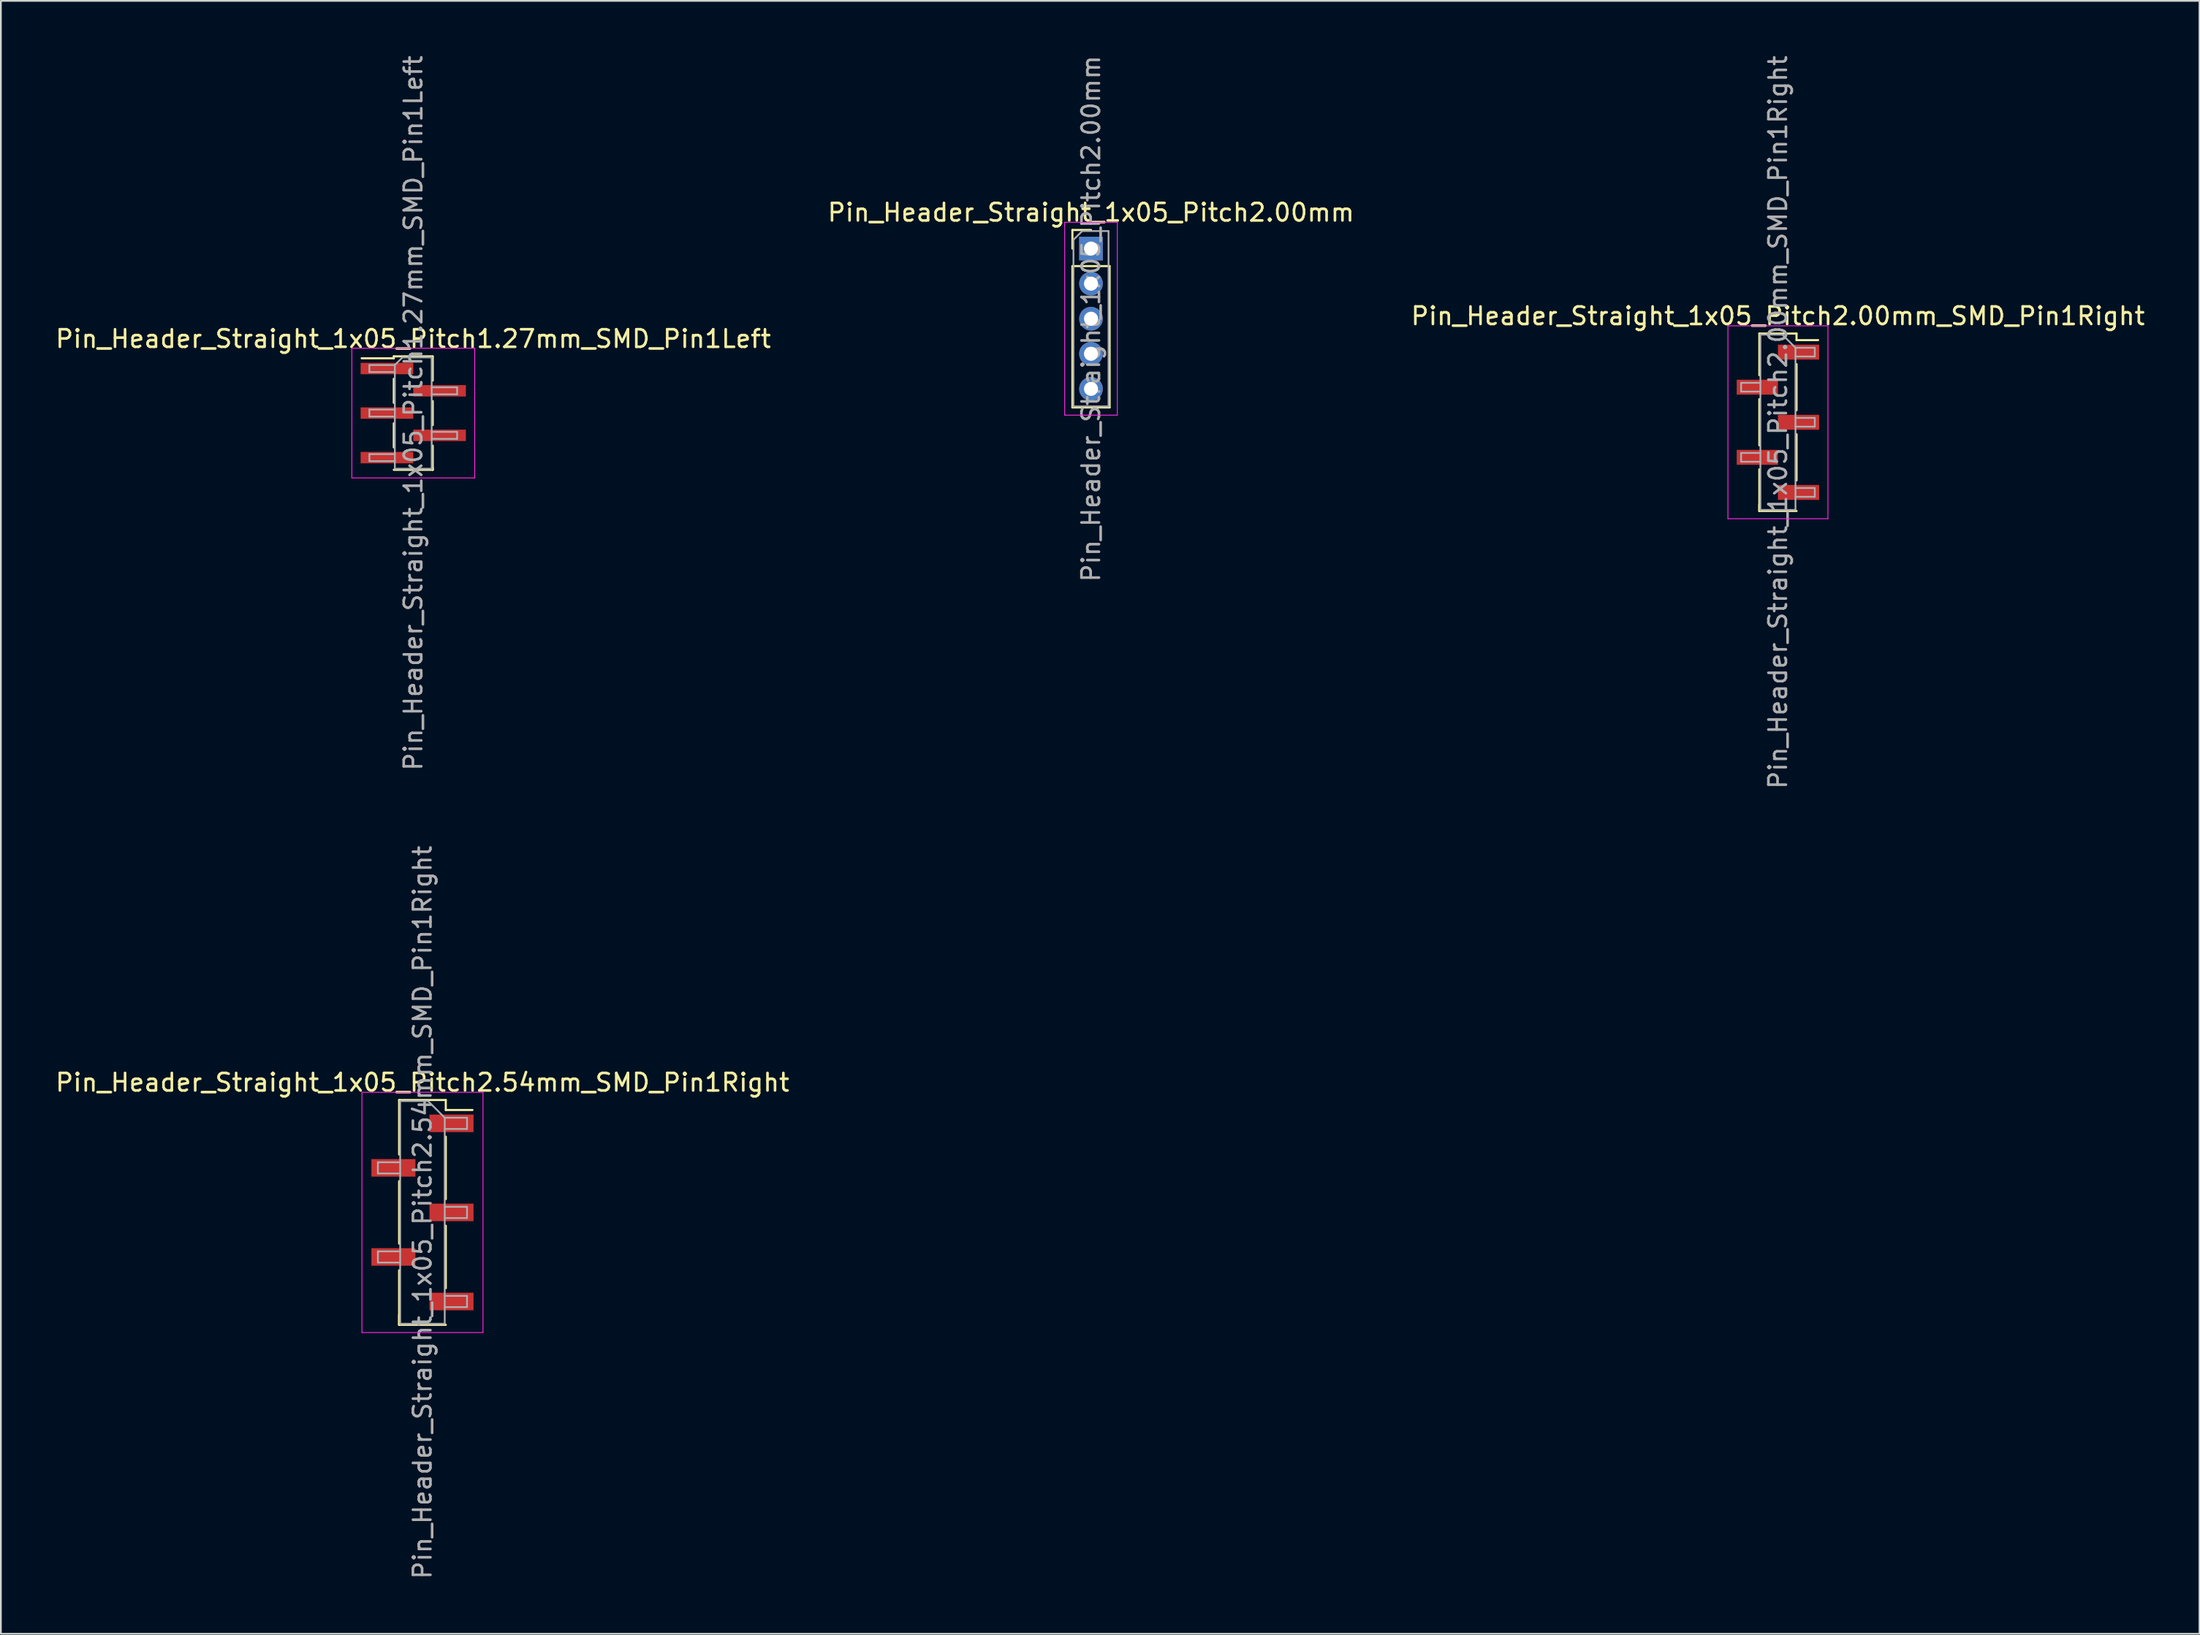
<source format=kicad_pcb>
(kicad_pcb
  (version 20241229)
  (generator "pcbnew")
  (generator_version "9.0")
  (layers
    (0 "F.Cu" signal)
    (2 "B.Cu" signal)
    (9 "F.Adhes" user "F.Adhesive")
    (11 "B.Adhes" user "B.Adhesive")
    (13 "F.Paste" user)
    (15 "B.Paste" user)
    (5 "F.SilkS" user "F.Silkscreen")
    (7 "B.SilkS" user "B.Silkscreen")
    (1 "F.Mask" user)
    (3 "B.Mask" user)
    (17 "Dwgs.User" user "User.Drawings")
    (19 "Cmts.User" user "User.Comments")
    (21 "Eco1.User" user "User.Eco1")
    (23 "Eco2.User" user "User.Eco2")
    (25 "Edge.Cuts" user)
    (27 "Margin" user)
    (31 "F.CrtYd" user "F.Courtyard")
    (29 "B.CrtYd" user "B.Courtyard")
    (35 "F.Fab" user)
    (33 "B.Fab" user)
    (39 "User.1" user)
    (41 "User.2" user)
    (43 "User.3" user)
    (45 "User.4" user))
  (footprint "Pin_Header_Straight_1x05_Pitch2.00mm_SMD_Pin1Right"
    (layer "F.Cu")
    (at 98.292 21.03)
    (property "Reference" "Pin_Header_Straight_1x05_Pitch2.00mm_SMD_Pin1Right" (at 0 -6.06 0) (layer "F.SilkS") (effects (font (size 1 1) (thickness 0.15))))
    (attr smd)
    (fp_line (start -1.06 -5.06) (end -1.06 -2.685) (stroke (width 0.12) (type solid)) (layer "F.SilkS"))
    (fp_line (start -1.06 -5.06) (end 1.06 -5.06) (stroke (width 0.12) (type solid)) (layer "F.SilkS"))
    (fp_line (start -1.06 -1.315) (end -1.06 1.315) (stroke (width 0.12) (type solid)) (layer "F.SilkS"))
    (fp_line (start -1.06 2.685) (end -1.06 5.06) (stroke (width 0.12) (type solid)) (layer "F.SilkS"))
    (fp_line (start -1.06 4.685) (end -1.06 5.06) (stroke (width 0.12) (type solid)) (layer "F.SilkS"))
    (fp_line (start -1.06 5.06) (end 1.06 5.06) (stroke (width 0.12) (type solid)) (layer "F.SilkS"))
    (fp_line (start 1.06 -5.06) (end 1.06 -4.685) (stroke (width 0.12) (type solid)) (layer "F.SilkS"))
    (fp_line (start 1.06 -4.685) (end 2.29 -4.685) (stroke (width 0.12) (type solid)) (layer "F.SilkS"))
    (fp_line (start 1.06 -3.315) (end 1.06 -0.685) (stroke (width 0.12) (type solid)) (layer "F.SilkS"))
    (fp_line (start 1.06 0.685) (end 1.06 3.315) (stroke (width 0.12) (type solid)) (layer "F.SilkS"))
    (fp_line (start -2.85 -5.5) (end -2.85 5.5) (stroke (width 0.05) (type solid)) (layer "F.CrtYd"))
    (fp_line (start -2.85 5.5) (end 2.85 5.5) (stroke (width 0.05) (type solid)) (layer "F.CrtYd"))
    (fp_line (start 2.85 -5.5) (end -2.85 -5.5) (stroke (width 0.05) (type solid)) (layer "F.CrtYd"))
    (fp_line (start 2.85 5.5) (end 2.85 -5.5) (stroke (width 0.05) (type solid)) (layer "F.CrtYd"))
    (fp_line (start -2.1 -2.25) (end -2.1 -1.75) (stroke (width 0.1) (type solid)) (layer "F.Fab"))
    (fp_line (start -2.1 -1.75) (end -1 -1.75) (stroke (width 0.1) (type solid)) (layer "F.Fab"))
    (fp_line (start -2.1 1.75) (end -2.1 2.25) (stroke (width 0.1) (type solid)) (layer "F.Fab"))
    (fp_line (start -2.1 2.25) (end -1 2.25) (stroke (width 0.1) (type solid)) (layer "F.Fab"))
    (fp_line (start -1 -5) (end -1 5) (stroke (width 0.1) (type solid)) (layer "F.Fab"))
    (fp_line (start -1 -5) (end 0.25 -5) (stroke (width 0.1) (type solid)) (layer "F.Fab"))
    (fp_line (start -1 -2.25) (end -2.1 -2.25) (stroke (width 0.1) (type solid)) (layer "F.Fab"))
    (fp_line (start -1 1.75) (end -2.1 1.75) (stroke (width 0.1) (type solid)) (layer "F.Fab"))
    (fp_line (start 1 -4.25) (end 0.25 -5) (stroke (width 0.1) (type solid)) (layer "F.Fab"))
    (fp_line (start 1 -4.25) (end 2.1 -4.25) (stroke (width 0.1) (type solid)) (layer "F.Fab"))
    (fp_line (start 1 -0.25) (end 2.1 -0.25) (stroke (width 0.1) (type solid)) (layer "F.Fab"))
    (fp_line (start 1 3.75) (end 2.1 3.75) (stroke (width 0.1) (type solid)) (layer "F.Fab"))
    (fp_line (start 1 5) (end -1 5) (stroke (width 0.1) (type solid)) (layer "F.Fab"))
    (fp_line (start 1 5) (end 1 -4.25) (stroke (width 0.1) (type solid)) (layer "F.Fab"))
    (fp_line (start 2.1 -4.25) (end 2.1 -3.75) (stroke (width 0.1) (type solid)) (layer "F.Fab"))
    (fp_line (start 2.1 -3.75) (end 1 -3.75) (stroke (width 0.1) (type solid)) (layer "F.Fab"))
    (fp_line (start 2.1 -0.25) (end 2.1 0.25) (stroke (width 0.1) (type solid)) (layer "F.Fab"))
    (fp_line (start 2.1 0.25) (end 1 0.25) (stroke (width 0.1) (type solid)) (layer "F.Fab"))
    (fp_line (start 2.1 3.75) (end 2.1 4.25) (stroke (width 0.1) (type solid)) (layer "F.Fab"))
    (fp_line (start 2.1 4.25) (end 1 4.25) (stroke (width 0.1) (type solid)) (layer "F.Fab"))
    (fp_text user "${REFERENCE}" (at 0 0 90) (layer "F.Fab") (effects (font (size 1 1) (thickness 0.15))))
    (pad "1" smd rect (at 1.175 -4) (size 2.35 0.85) (layers "F.Cu" "F.Mask" "F.Paste"))
    (pad "2" smd rect (at -1.175 -2) (size 2.35 0.85) (layers "F.Cu" "F.Mask" "F.Paste"))
    (pad "3" smd rect (at 1.175 0) (size 2.35 0.85) (layers "F.Cu" "F.Mask" "F.Paste"))
    (pad "4" smd rect (at -1.175 2) (size 2.35 0.85) (layers "F.Cu" "F.Mask" "F.Paste"))
    (pad "5" smd rect (at 1.175 4) (size 2.35 0.85) (layers "F.Cu" "F.Mask" "F.Paste")))
  (footprint "Pin_Header_Straight_1x05_Pitch2.54mm_SMD_Pin1Right"
    (layer "F.Cu")
    (at 21.03 66.089)
    (property "Reference" "Pin_Header_Straight_1x05_Pitch2.54mm_SMD_Pin1Right" (at 0 -7.41 0) (layer "F.SilkS") (effects (font (size 1 1) (thickness 0.15))))
    (attr smd)
    (fp_line (start -1.33 -6.41) (end -1.33 -3.3) (stroke (width 0.12) (type solid)) (layer "F.SilkS"))
    (fp_line (start -1.33 -6.41) (end 1.33 -6.41) (stroke (width 0.12) (type solid)) (layer "F.SilkS"))
    (fp_line (start -1.33 -1.78) (end -1.33 1.78) (stroke (width 0.12) (type solid)) (layer "F.SilkS"))
    (fp_line (start -1.33 3.3) (end -1.33 6.41) (stroke (width 0.12) (type solid)) (layer "F.SilkS"))
    (fp_line (start -1.33 5.84) (end -1.33 6.41) (stroke (width 0.12) (type solid)) (layer "F.SilkS"))
    (fp_line (start -1.33 6.41) (end 1.33 6.41) (stroke (width 0.12) (type solid)) (layer "F.SilkS"))
    (fp_line (start 1.33 -6.41) (end 1.33 -5.84) (stroke (width 0.12) (type solid)) (layer "F.SilkS"))
    (fp_line (start 1.33 -5.84) (end 2.85 -5.84) (stroke (width 0.12) (type solid)) (layer "F.SilkS"))
    (fp_line (start 1.33 -4.32) (end 1.33 -0.76) (stroke (width 0.12) (type solid)) (layer "F.SilkS"))
    (fp_line (start 1.33 0.76) (end 1.33 4.32) (stroke (width 0.12) (type solid)) (layer "F.SilkS"))
    (fp_line (start -3.45 -6.85) (end -3.45 6.85) (stroke (width 0.05) (type solid)) (layer "F.CrtYd"))
    (fp_line (start -3.45 6.85) (end 3.45 6.85) (stroke (width 0.05) (type solid)) (layer "F.CrtYd"))
    (fp_line (start 3.45 -6.85) (end -3.45 -6.85) (stroke (width 0.05) (type solid)) (layer "F.CrtYd"))
    (fp_line (start 3.45 6.85) (end 3.45 -6.85) (stroke (width 0.05) (type solid)) (layer "F.CrtYd"))
    (fp_line (start -2.54 -2.86) (end -2.54 -2.22) (stroke (width 0.1) (type solid)) (layer "F.Fab"))
    (fp_line (start -2.54 -2.22) (end -1.27 -2.22) (stroke (width 0.1) (type solid)) (layer "F.Fab"))
    (fp_line (start -2.54 2.22) (end -2.54 2.86) (stroke (width 0.1) (type solid)) (layer "F.Fab"))
    (fp_line (start -2.54 2.86) (end -1.27 2.86) (stroke (width 0.1) (type solid)) (layer "F.Fab"))
    (fp_line (start -1.27 -6.35) (end -1.27 6.35) (stroke (width 0.1) (type solid)) (layer "F.Fab"))
    (fp_line (start -1.27 -6.35) (end 0.32 -6.35) (stroke (width 0.1) (type solid)) (layer "F.Fab"))
    (fp_line (start -1.27 -2.86) (end -2.54 -2.86) (stroke (width 0.1) (type solid)) (layer "F.Fab"))
    (fp_line (start -1.27 2.22) (end -2.54 2.22) (stroke (width 0.1) (type solid)) (layer "F.Fab"))
    (fp_line (start 1.27 -5.4) (end 0.32 -6.35) (stroke (width 0.1) (type solid)) (layer "F.Fab"))
    (fp_line (start 1.27 -5.4) (end 2.54 -5.4) (stroke (width 0.1) (type solid)) (layer "F.Fab"))
    (fp_line (start 1.27 -0.32) (end 2.54 -0.32) (stroke (width 0.1) (type solid)) (layer "F.Fab"))
    (fp_line (start 1.27 4.76) (end 2.54 4.76) (stroke (width 0.1) (type solid)) (layer "F.Fab"))
    (fp_line (start 1.27 6.35) (end -1.27 6.35) (stroke (width 0.1) (type solid)) (layer "F.Fab"))
    (fp_line (start 1.27 6.35) (end 1.27 -5.4) (stroke (width 0.1) (type solid)) (layer "F.Fab"))
    (fp_line (start 2.54 -5.4) (end 2.54 -4.76) (stroke (width 0.1) (type solid)) (layer "F.Fab"))
    (fp_line (start 2.54 -4.76) (end 1.27 -4.76) (stroke (width 0.1) (type solid)) (layer "F.Fab"))
    (fp_line (start 2.54 -0.32) (end 2.54 0.32) (stroke (width 0.1) (type solid)) (layer "F.Fab"))
    (fp_line (start 2.54 0.32) (end 1.27 0.32) (stroke (width 0.1) (type solid)) (layer "F.Fab"))
    (fp_line (start 2.54 4.76) (end 2.54 5.4) (stroke (width 0.1) (type solid)) (layer "F.Fab"))
    (fp_line (start 2.54 5.4) (end 1.27 5.4) (stroke (width 0.1) (type solid)) (layer "F.Fab"))
    (fp_text user "${REFERENCE}" (at 0 0 90) (layer "F.Fab") (effects (font (size 1 1) (thickness 0.15))))
    (pad "1" smd rect (at 1.655 -5.08) (size 2.51 1) (layers "F.Cu" "F.Mask" "F.Paste"))
    (pad "2" smd rect (at -1.655 -2.54) (size 2.51 1) (layers "F.Cu" "F.Mask" "F.Paste"))
    (pad "3" smd rect (at 1.655 0) (size 2.51 1) (layers "F.Cu" "F.Mask" "F.Paste"))
    (pad "4" smd rect (at -1.655 2.54) (size 2.51 1) (layers "F.Cu" "F.Mask" "F.Paste"))
    (pad "5" smd rect (at 1.655 5.08) (size 2.51 1) (layers "F.Cu" "F.Mask" "F.Paste")))
  (footprint "Pin_Header_Straight_1x05_Pitch1.27mm_SMD_Pin1Left"
    (layer "F.Cu")
    (at 20.506 20.506)
    (property "Reference" "Pin_Header_Straight_1x05_Pitch1.27mm_SMD_Pin1Left" (at 0 -4.235 0) (layer "F.SilkS") (effects (font (size 1 1) (thickness 0.15))))
    (attr smd)
    (fp_line (start -1.11 -3.235) (end -1.11 -3.125) (stroke (width 0.12) (type solid)) (layer "F.SilkS"))
    (fp_line (start -1.11 -3.235) (end 1.11 -3.235) (stroke (width 0.12) (type solid)) (layer "F.SilkS"))
    (fp_line (start -1.11 -3.125) (end -2.94 -3.125) (stroke (width 0.12) (type solid)) (layer "F.SilkS"))
    (fp_line (start -1.11 -1.955) (end -1.11 -0.585) (stroke (width 0.12) (type solid)) (layer "F.SilkS"))
    (fp_line (start -1.11 0.585) (end -1.11 1.955) (stroke (width 0.12) (type solid)) (layer "F.SilkS"))
    (fp_line (start -1.11 3.235) (end 1.11 3.235) (stroke (width 0.12) (type solid)) (layer "F.SilkS"))
    (fp_line (start 1.11 -3.225) (end 1.11 -1.855) (stroke (width 0.12) (type solid)) (layer "F.SilkS"))
    (fp_line (start 1.11 -0.685) (end 1.11 0.685) (stroke (width 0.12) (type solid)) (layer "F.SilkS"))
    (fp_line (start 1.11 1.855) (end 1.11 3.225) (stroke (width 0.12) (type solid)) (layer "F.SilkS"))
    (fp_line (start 1.11 3.125) (end 1.11 3.235) (stroke (width 0.12) (type solid)) (layer "F.SilkS"))
    (fp_line (start -3.5 -3.7) (end -3.5 3.7) (stroke (width 0.05) (type solid)) (layer "F.CrtYd"))
    (fp_line (start -3.5 3.7) (end 3.5 3.7) (stroke (width 0.05) (type solid)) (layer "F.CrtYd"))
    (fp_line (start 3.5 -3.7) (end -3.5 -3.7) (stroke (width 0.05) (type solid)) (layer "F.CrtYd"))
    (fp_line (start 3.5 3.7) (end 3.5 -3.7) (stroke (width 0.05) (type solid)) (layer "F.CrtYd"))
    (fp_line (start -2.5 -2.74) (end -2.5 -2.34) (stroke (width 0.1) (type solid)) (layer "F.Fab"))
    (fp_line (start -2.5 -2.34) (end -1.05 -2.34) (stroke (width 0.1) (type solid)) (layer "F.Fab"))
    (fp_line (start -2.5 -0.2) (end -2.5 0.2) (stroke (width 0.1) (type solid)) (layer "F.Fab"))
    (fp_line (start -2.5 0.2) (end -1.05 0.2) (stroke (width 0.1) (type solid)) (layer "F.Fab"))
    (fp_line (start -2.5 2.34) (end -2.5 2.74) (stroke (width 0.1) (type solid)) (layer "F.Fab"))
    (fp_line (start -2.5 2.74) (end -1.05 2.74) (stroke (width 0.1) (type solid)) (layer "F.Fab"))
    (fp_line (start -1.05 -2.74) (end -2.5 -2.74) (stroke (width 0.1) (type solid)) (layer "F.Fab"))
    (fp_line (start -1.05 -2.74) (end -0.615 -3.175) (stroke (width 0.1) (type solid)) (layer "F.Fab"))
    (fp_line (start -1.05 -0.2) (end -2.5 -0.2) (stroke (width 0.1) (type solid)) (layer "F.Fab"))
    (fp_line (start -1.05 2.34) (end -2.5 2.34) (stroke (width 0.1) (type solid)) (layer "F.Fab"))
    (fp_line (start -1.05 3.175) (end -1.05 -2.74) (stroke (width 0.1) (type solid)) (layer "F.Fab"))
    (fp_line (start -0.615 -3.175) (end 1.05 -3.175) (stroke (width 0.1) (type solid)) (layer "F.Fab"))
    (fp_line (start 1.05 -3.175) (end 1.05 3.175) (stroke (width 0.1) (type solid)) (layer "F.Fab"))
    (fp_line (start 1.05 -1.47) (end 2.5 -1.47) (stroke (width 0.1) (type solid)) (layer "F.Fab"))
    (fp_line (start 1.05 1.07) (end 2.5 1.07) (stroke (width 0.1) (type solid)) (layer "F.Fab"))
    (fp_line (start 1.05 3.175) (end -1.05 3.175) (stroke (width 0.1) (type solid)) (layer "F.Fab"))
    (fp_line (start 2.5 -1.47) (end 2.5 -1.07) (stroke (width 0.1) (type solid)) (layer "F.Fab"))
    (fp_line (start 2.5 -1.07) (end 1.05 -1.07) (stroke (width 0.1) (type solid)) (layer "F.Fab"))
    (fp_line (start 2.5 1.07) (end 2.5 1.47) (stroke (width 0.1) (type solid)) (layer "F.Fab"))
    (fp_line (start 2.5 1.47) (end 1.05 1.47) (stroke (width 0.1) (type solid)) (layer "F.Fab"))
    (fp_text user "${REFERENCE}" (at 0 0 90) (layer "F.Fab") (effects (font (size 1 1) (thickness 0.15))))
    (pad "1" smd rect (at -1.5 -2.54) (size 3 0.65) (layers "F.Cu" "F.Mask" "F.Paste"))
    (pad "2" smd rect (at 1.5 -1.27) (size 3 0.65) (layers "F.Cu" "F.Mask" "F.Paste"))
    (pad "3" smd rect (at -1.5 0) (size 3 0.65) (layers "F.Cu" "F.Mask" "F.Paste"))
    (pad "4" smd rect (at 1.5 1.27) (size 3 0.65) (layers "F.Cu" "F.Mask" "F.Paste"))
    (pad "5" smd rect (at -1.5 2.54) (size 3 0.65) (layers "F.Cu" "F.Mask" "F.Paste")))
  (footprint "Pin_Header_Straight_1x05_Pitch2.00mm"
    (layer "F.Cu")
    (at 59.137 11.125)
    (property "Reference" "Pin_Header_Straight_1x05_Pitch2.00mm" (at 0 -2.06 0) (layer "F.SilkS") (effects (font (size 1 1) (thickness 0.15))))
    (attr through_hole)
    (fp_line (start -1.06 -1.06) (end 0 -1.06) (stroke (width 0.12) (type solid)) (layer "F.SilkS"))
    (fp_line (start -1.06 0) (end -1.06 -1.06) (stroke (width 0.12) (type solid)) (layer "F.SilkS"))
    (fp_line (start -1.06 1) (end -1.06 9.06) (stroke (width 0.12) (type solid)) (layer "F.SilkS"))
    (fp_line (start -1.06 1) (end 1.06 1) (stroke (width 0.12) (type solid)) (layer "F.SilkS"))
    (fp_line (start -1.06 9.06) (end 1.06 9.06) (stroke (width 0.12) (type solid)) (layer "F.SilkS"))
    (fp_line (start 1.06 1) (end 1.06 9.06) (stroke (width 0.12) (type solid)) (layer "F.SilkS"))
    (fp_line (start -1.5 -1.5) (end -1.5 9.5) (stroke (width 0.05) (type solid)) (layer "F.CrtYd"))
    (fp_line (start -1.5 9.5) (end 1.5 9.5) (stroke (width 0.05) (type solid)) (layer "F.CrtYd"))
    (fp_line (start 1.5 -1.5) (end -1.5 -1.5) (stroke (width 0.05) (type solid)) (layer "F.CrtYd"))
    (fp_line (start 1.5 9.5) (end 1.5 -1.5) (stroke (width 0.05) (type solid)) (layer "F.CrtYd"))
    (fp_line (start -1 -0.5) (end -0.5 -1) (stroke (width 0.1) (type solid)) (layer "F.Fab"))
    (fp_line (start -1 9) (end -1 -0.5) (stroke (width 0.1) (type solid)) (layer "F.Fab"))
    (fp_line (start -0.5 -1) (end 1 -1) (stroke (width 0.1) (type solid)) (layer "F.Fab"))
    (fp_line (start 1 -1) (end 1 9) (stroke (width 0.1) (type solid)) (layer "F.Fab"))
    (fp_line (start 1 9) (end -1 9) (stroke (width 0.1) (type solid)) (layer "F.Fab"))
    (fp_text user "${REFERENCE}" (at 0 4 90) (layer "F.Fab") (effects (font (size 1 1) (thickness 0.15))))
    (pad "1" thru_hole rect (at 0 0) (size 1.35 1.35) (drill 0.8) (layers "*.Cu" "*.Mask"))
    (pad "2" thru_hole oval (at 0 2) (size 1.35 1.35) (drill 0.8) (layers "*.Cu" "*.Mask"))
    (pad "3" thru_hole oval (at 0 4) (size 1.35 1.35) (drill 0.8) (layers "*.Cu" "*.Mask"))
    (pad "4" thru_hole oval (at 0 6) (size 1.35 1.35) (drill 0.8) (layers "*.Cu" "*.Mask"))
    (pad "5" thru_hole oval (at 0 8) (size 1.35 1.35) (drill 0.8) (layers "*.Cu" "*.Mask")))
  (gr_rect
    (start -3 -3)
    (end 122.321 90.119)
    (stroke (width 0.1) (type default))
    (fill no)
    (layer "Edge.Cuts")))
</source>
